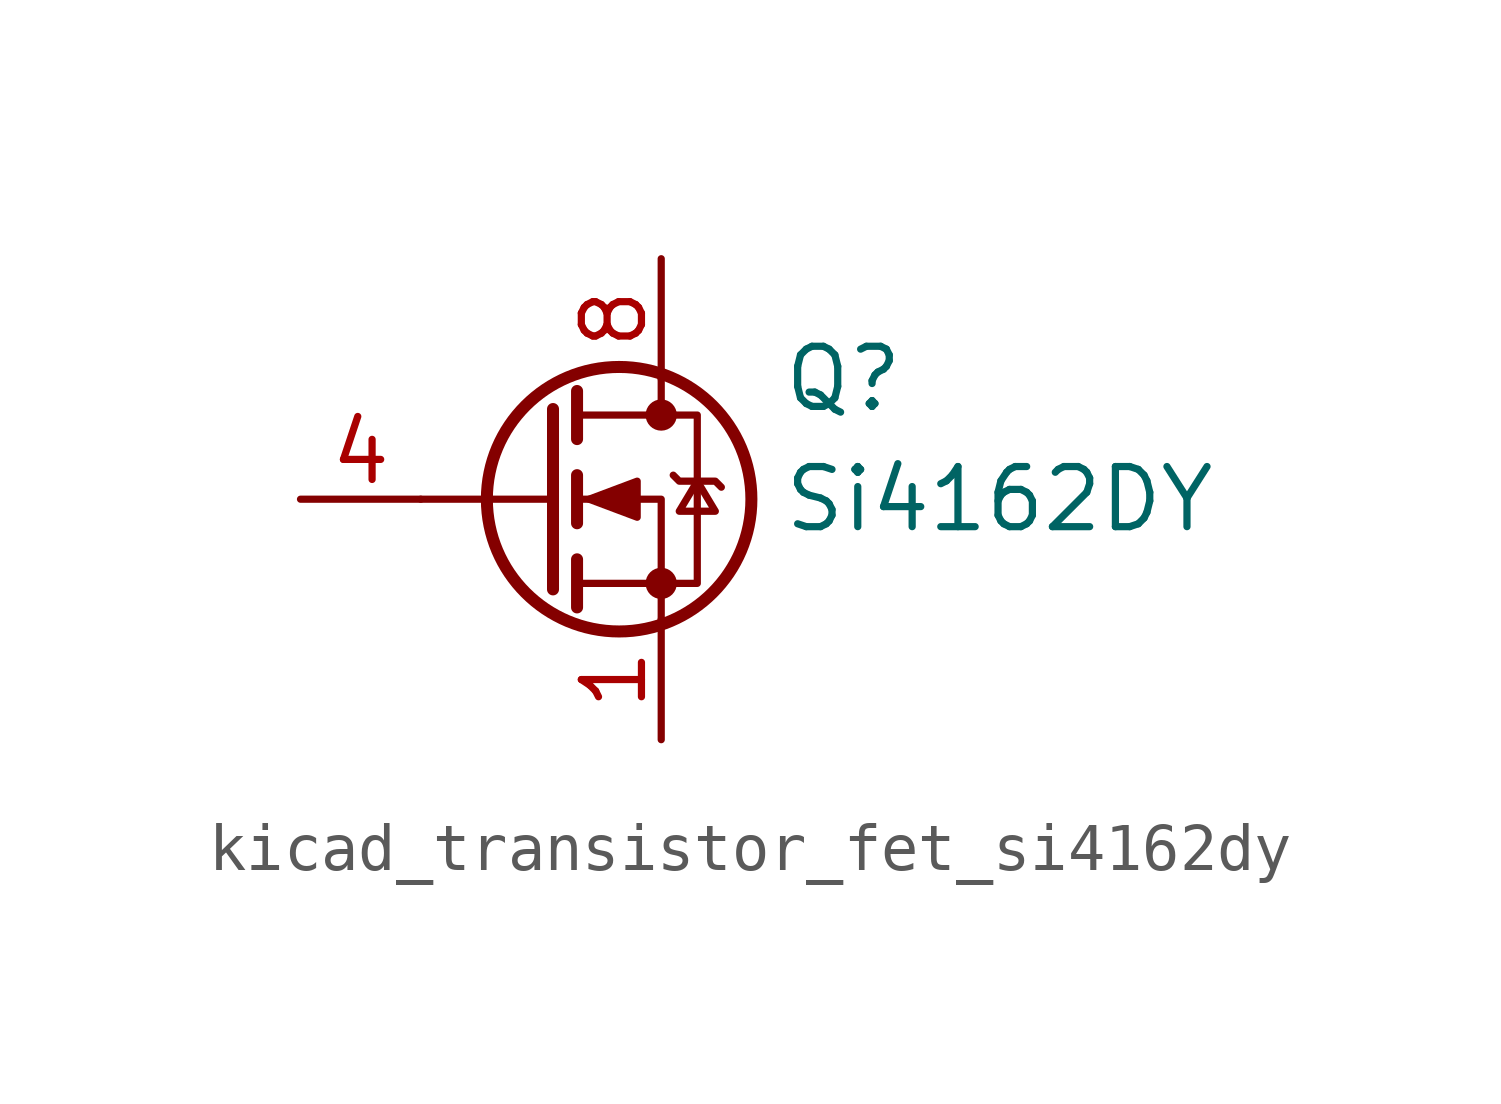
<source format=kicad_sym>
(kicad_symbol_lib
  (version 20220914)
  (generator kicad_symbol_editor)
  (symbol "kicad_transistor_fet_si4162dy"
    (pin_names hide)
    (property "Reference" "Q"
      (at 5.08 2.54 0)
      (effects (font (size 1.27 1.27)) (justify left)))
    (property "Value" "Si4162DY"
      (at 5.08 0 0)
      (effects (font (size 1.27 1.27)) (justify left)))
    (symbol "kicad_transistor_fet_si4162dy_0_1"
      (polyline (pts (xy 0.254 0) (xy -2.54 0)) (stroke (width 0) (type default)) (fill (type none)))
      (polyline (pts (xy 0.254 1.905) (xy 0.254 -1.905)) (stroke (width 0.254) (type default)) (fill (type none)))
      (polyline (pts (xy 0.762 -1.27) (xy 0.762 -2.286)) (stroke (width 0.254) (type default)) (fill (type none)))
      (polyline (pts (xy 0.762 0.508) (xy 0.762 -0.508)) (stroke (width 0.254) (type default)) (fill (type none)))
      (polyline (pts (xy 0.762 2.286) (xy 0.762 1.27)) (stroke (width 0.254) (type default)) (fill (type none)))
      (polyline (pts (xy 2.54 2.54) (xy 2.54 1.778)) (stroke (width 0) (type default)) (fill (type none)))
      (polyline (pts (xy 2.54 -2.54) (xy 2.54 0) (xy 0.762 0)) (stroke (width 0) (type default)) (fill (type none)))
      (polyline (pts (xy 0.762 -1.778) (xy 3.302 -1.778) (xy 3.302 1.778) (xy 0.762 1.778)) (stroke (width 0) (type default)) (fill (type none)))
      (polyline (pts (xy 1.016 0) (xy 2.032 0.381) (xy 2.032 -0.381) (xy 1.016 0)) (stroke (width 0) (type default)) (fill (type outline)))
      (polyline (pts (xy 2.794 0.508) (xy 2.921 0.381) (xy 3.683 0.381) (xy 3.81 0.254)) (stroke (width 0) (type default)) (fill (type none)))
      (polyline (pts (xy 3.302 0.381) (xy 2.921 -0.254) (xy 3.683 -0.254) (xy 3.302 0.381)) (stroke (width 0) (type default)) (fill (type none)))
      (circle (center 1.651 0) (radius 2.794) (stroke (width 0.254) (type default)) (fill (type none)))
      (circle (center 2.54 -1.778) (radius 0.254) (stroke (width 0) (type default)) (fill (type outline)))
      (circle (center 2.54 1.778) (radius 0.254) (stroke (width 0) (type default)) (fill (type outline))))
    (symbol "kicad_transistor_fet_si4162dy_1_1"
      (pin passive line (at 2.54 -5.08 90) (length 2.54) (name "S" (effects (font (size 1.27 1.27)))) (number "1" (effects (font (size 1.27 1.27)))))
      (pin passive line (at 2.54 -5.08 90) (length 2.54) hide (name "S" (effects (font (size 1.27 1.27)))) (number "2" (effects (font (size 1.27 1.27)))))
      (pin passive line (at 2.54 -5.08 90) (length 2.54) hide (name "S" (effects (font (size 1.27 1.27)))) (number "3" (effects (font (size 1.27 1.27)))))
      (pin input line (at -5.08 0 0) (length 2.54) (name "G" (effects (font (size 1.27 1.27)))) (number "4" (effects (font (size 1.27 1.27)))))
      (pin passive line (at 2.54 5.08 270) (length 2.54) hide (name "D" (effects (font (size 1.27 1.27)))) (number "5" (effects (font (size 1.27 1.27)))))
      (pin passive line (at 2.54 5.08 270) (length 2.54) hide (name "D" (effects (font (size 1.27 1.27)))) (number "6" (effects (font (size 1.27 1.27)))))
      (pin passive line (at 2.54 5.08 270) (length 2.54) hide (name "D" (effects (font (size 1.27 1.27)))) (number "7" (effects (font (size 1.27 1.27)))))
      (pin passive line (at 2.54 5.08 270) (length 2.54) (name "D" (effects (font (size 1.27 1.27)))) (number "8" (effects (font (size 1.27 1.27))))))))
</source>
